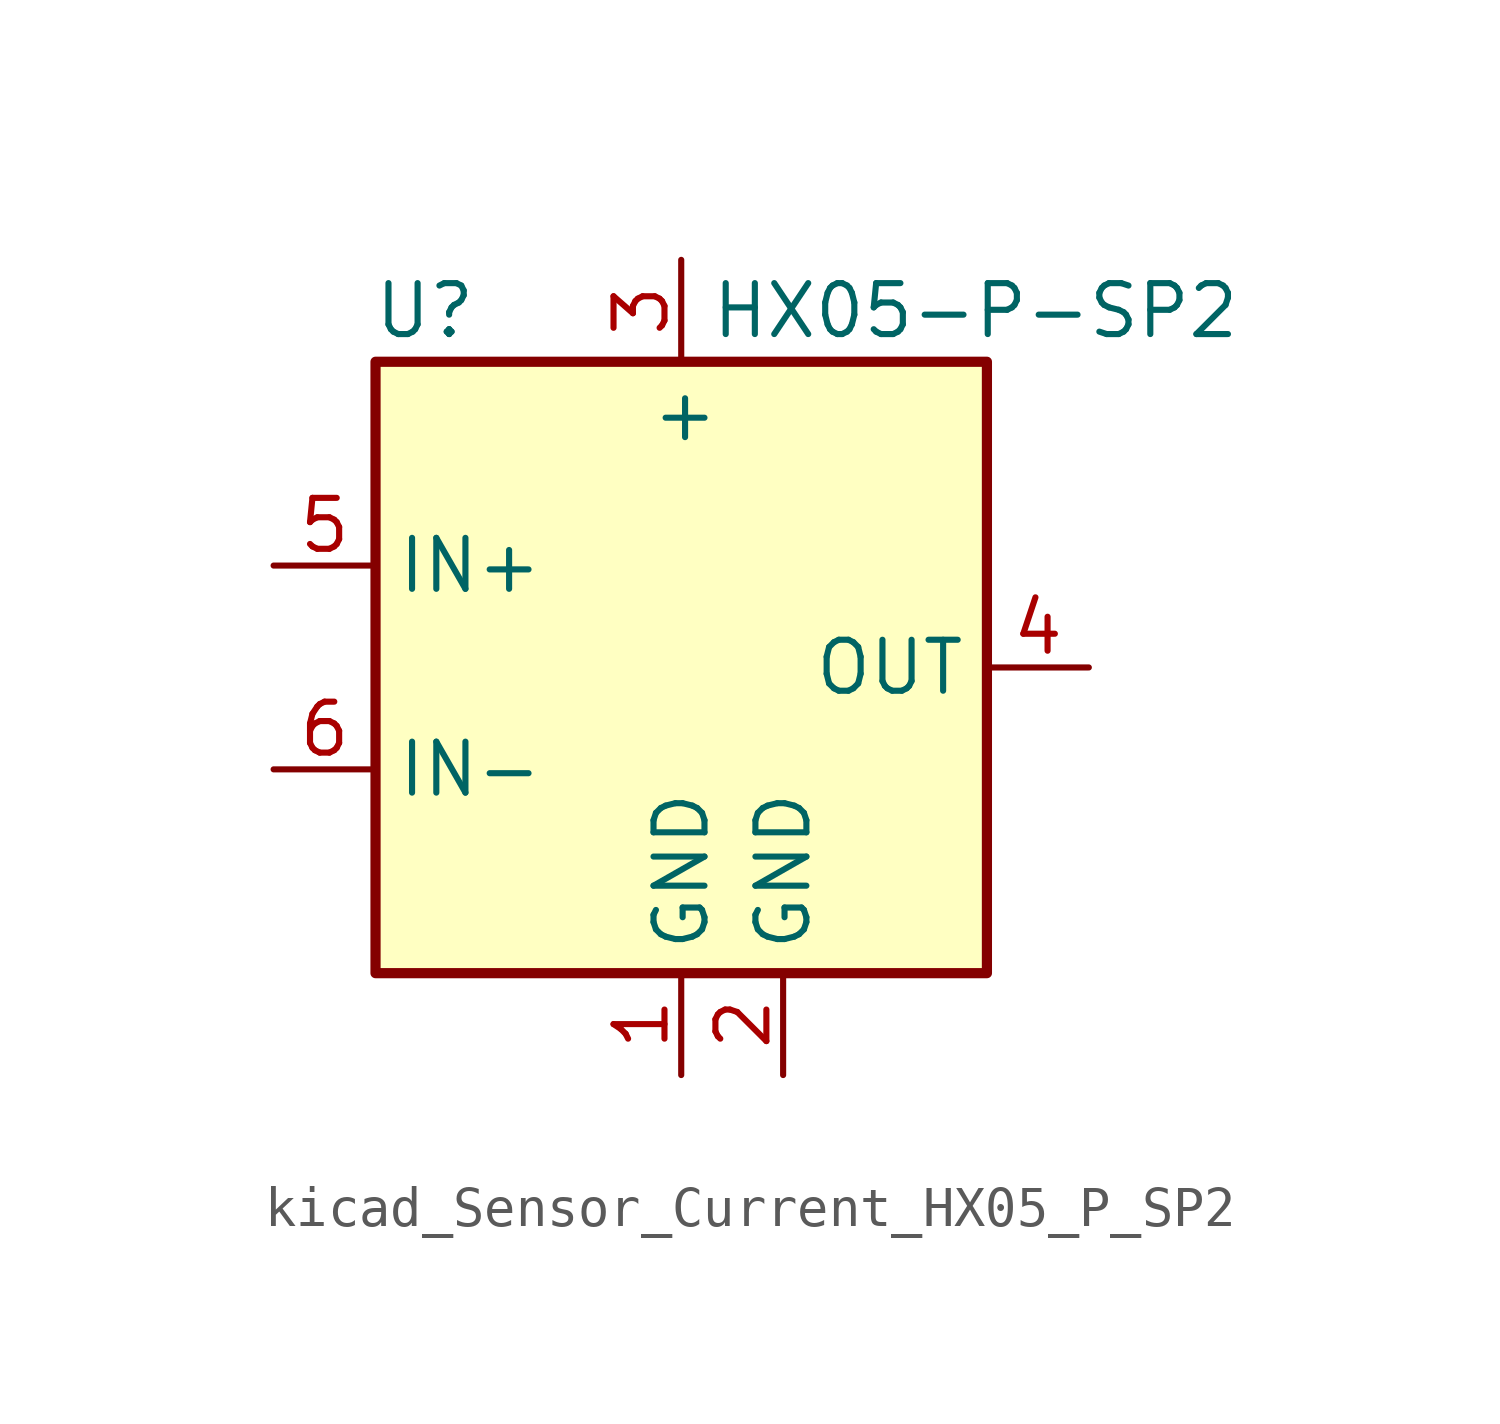
<source format=kicad_sym>
(kicad_symbol_lib
  (version 20220914)
  (generator kicad_symbol_editor)
  (symbol "kicad_Sensor_Current_HX05_P_SP2"
    (property "Reference" "U"
      (at -5.08 8.89 0)
      (effects (font (size 1.27 1.27)) (justify right)))
    (property "Value" "HX05-P-SP2"
      (at 13.97 8.89 0)
      (effects (font (size 1.27 1.27)) (justify right)))
    (symbol "kicad_Sensor_Current_HX05_P_SP2_0_1"
      (rectangle (start -7.62 7.62) (end 7.62 -7.62) (stroke (width 0.254) (type default)) (fill (type background))))
    (symbol "kicad_Sensor_Current_HX05_P_SP2_1_1"
      (pin power_in line (at 0 -10.16 90) (length 2.54) (name "GND" (effects (font (size 1.27 1.27)))) (number "1" (effects (font (size 1.27 1.27)))))
      (pin power_in line (at 2.54 -10.16 90) (length 2.54) (name "GND" (effects (font (size 1.27 1.27)))) (number "2" (effects (font (size 1.27 1.27)))))
      (pin power_in line (at 0 10.16 270) (length 2.54) (name "+" (effects (font (size 1.27 1.27)))) (number "3" (effects (font (size 1.27 1.27)))))
      (pin output line (at 10.16 0 180) (length 2.54) (name "OUT" (effects (font (size 1.27 1.27)))) (number "4" (effects (font (size 1.27 1.27)))))
      (pin passive line (at -10.16 2.54 0) (length 2.54) (name "IN+" (effects (font (size 1.27 1.27)))) (number "5" (effects (font (size 1.27 1.27)))))
      (pin passive line (at -10.16 -2.54 0) (length 2.54) (name "IN-" (effects (font (size 1.27 1.27)))) (number "6" (effects (font (size 1.27 1.27))))))))
</source>
